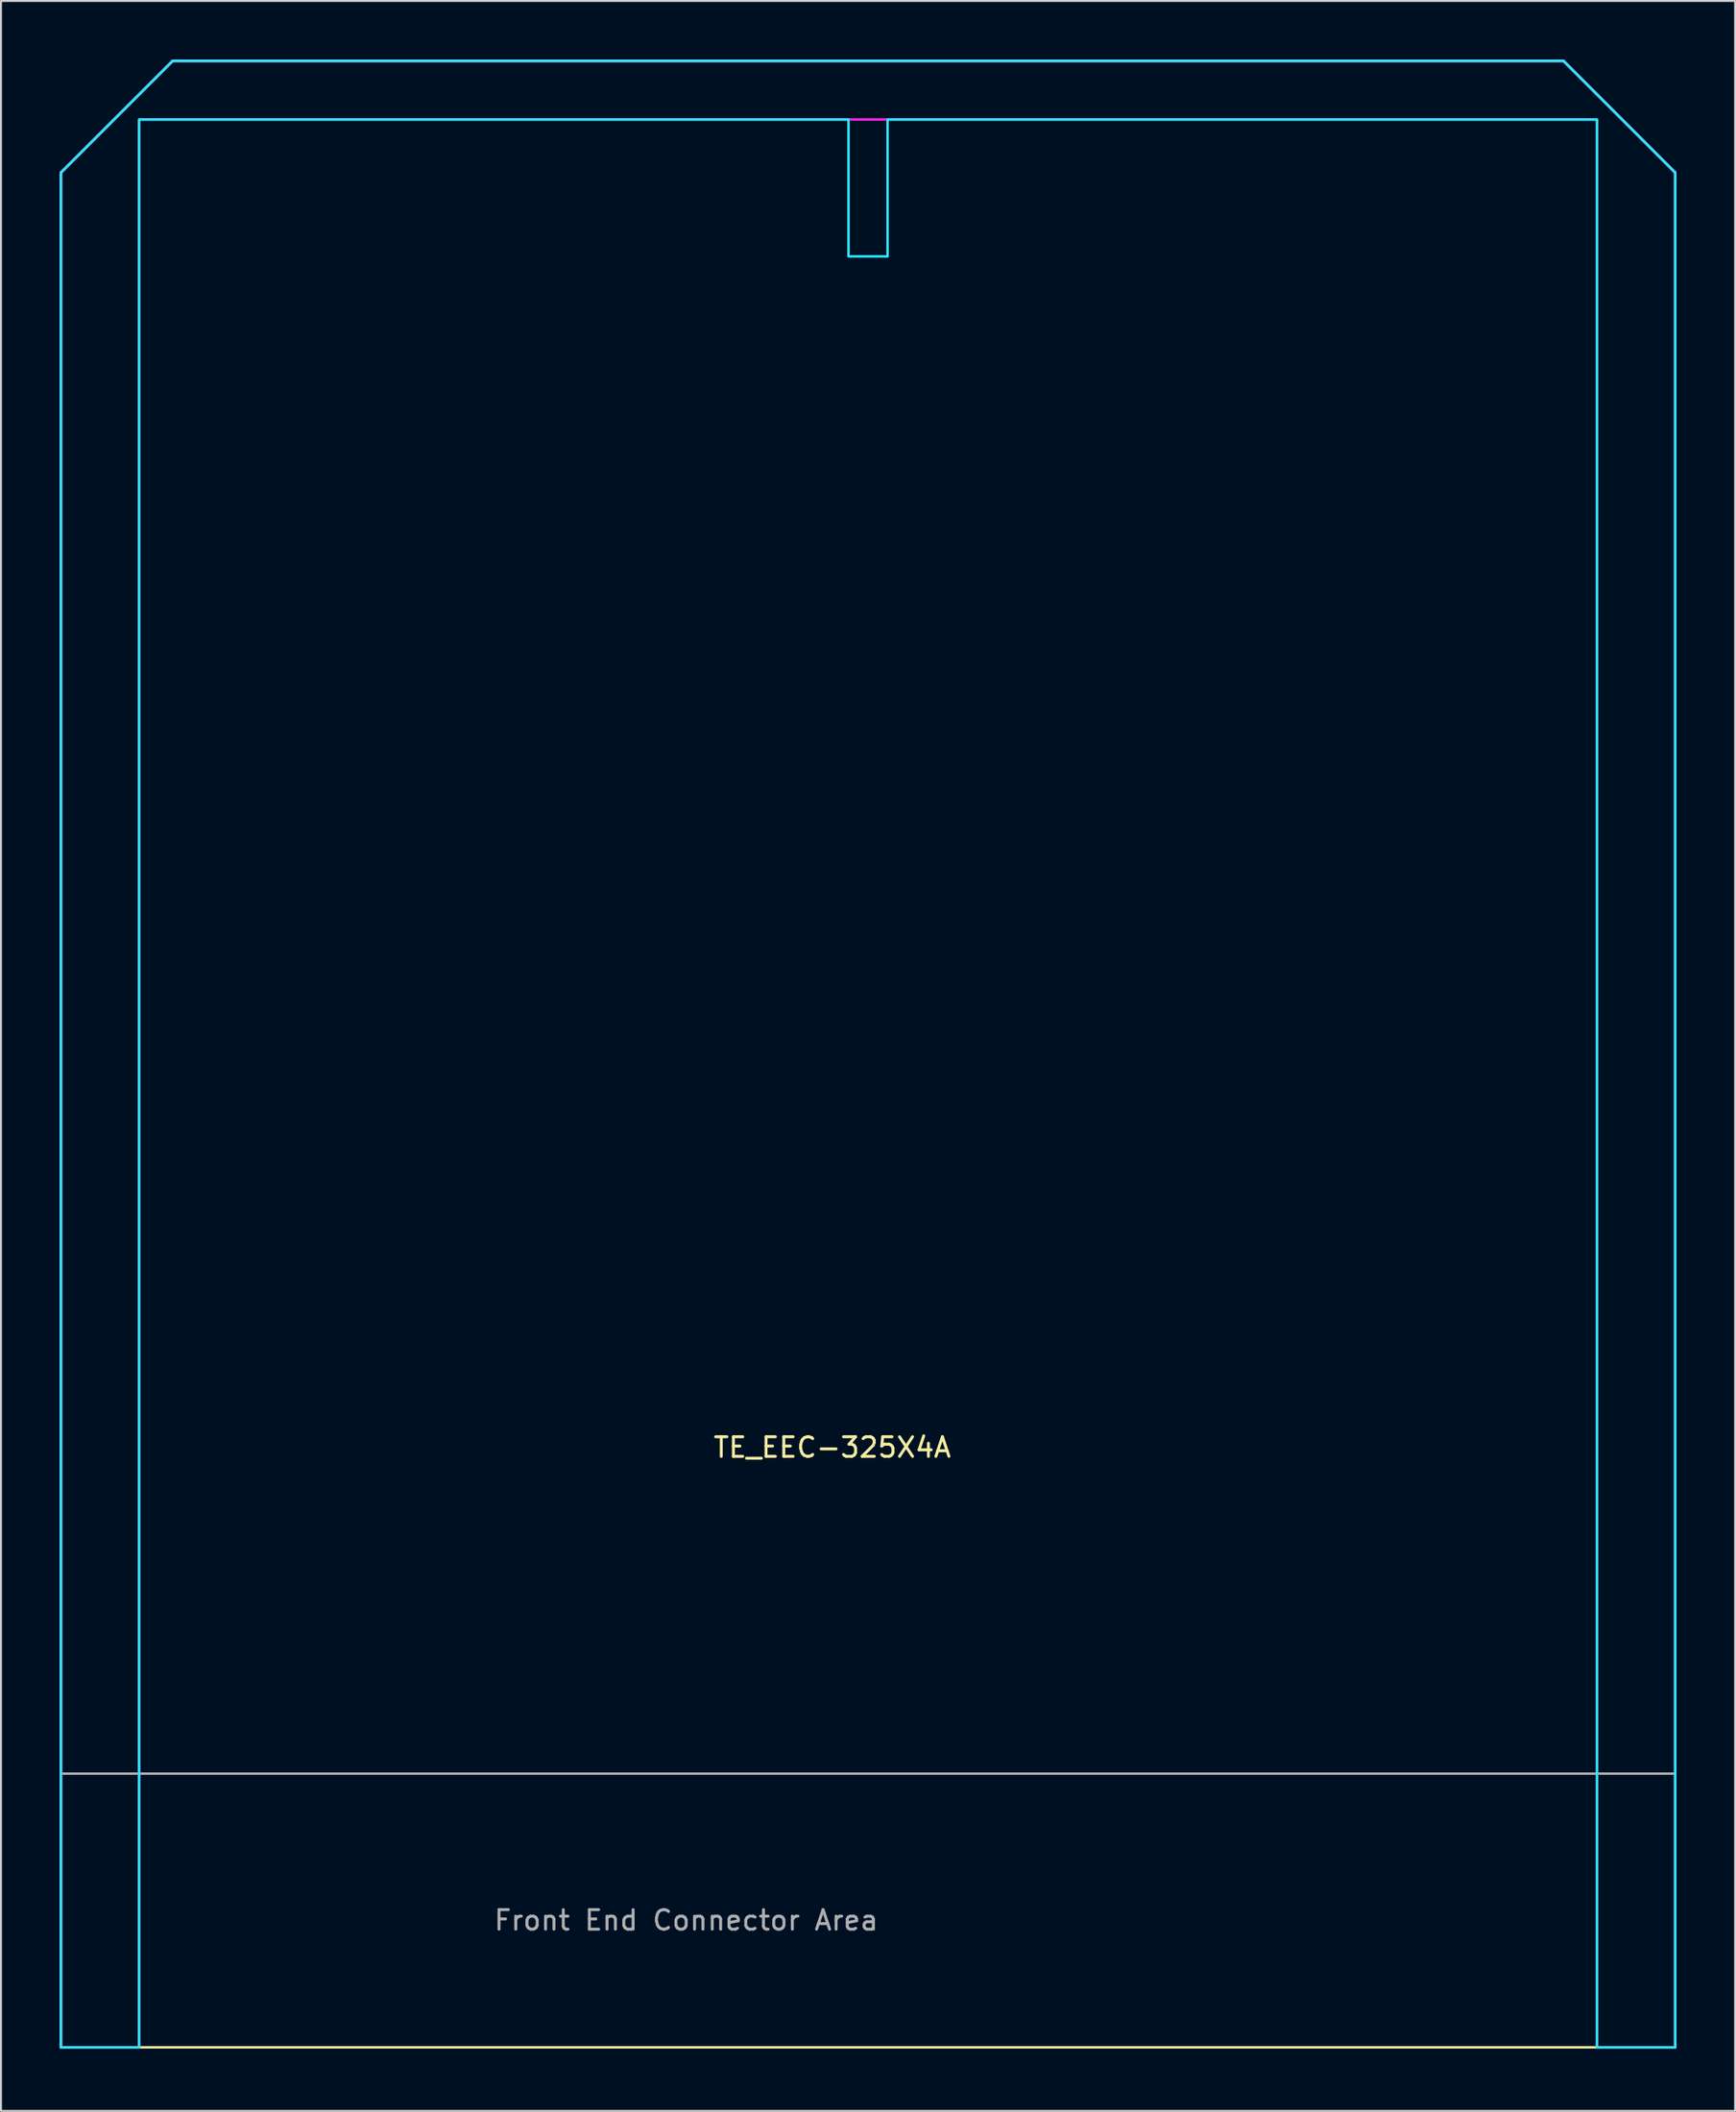
<source format=kicad_pcb>
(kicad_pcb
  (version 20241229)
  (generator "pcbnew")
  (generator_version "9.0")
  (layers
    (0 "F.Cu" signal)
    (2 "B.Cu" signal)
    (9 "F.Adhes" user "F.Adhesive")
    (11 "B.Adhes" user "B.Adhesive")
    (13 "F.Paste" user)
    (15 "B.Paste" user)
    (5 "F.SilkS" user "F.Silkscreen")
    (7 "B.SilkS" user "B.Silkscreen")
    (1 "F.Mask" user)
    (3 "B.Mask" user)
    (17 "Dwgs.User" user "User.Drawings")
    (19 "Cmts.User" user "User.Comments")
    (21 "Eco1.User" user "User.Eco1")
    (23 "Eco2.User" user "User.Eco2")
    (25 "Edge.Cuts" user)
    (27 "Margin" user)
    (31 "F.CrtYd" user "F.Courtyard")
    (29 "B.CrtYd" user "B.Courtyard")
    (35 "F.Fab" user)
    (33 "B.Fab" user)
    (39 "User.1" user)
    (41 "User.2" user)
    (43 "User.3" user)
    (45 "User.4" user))
  (footprint "TE_EEC-325X4A"
    (layer "F.Cu")
    (at 41.339 101.663)
    (property "Reference" "TE_EEC-325X4A" (at -1.828 -30.684 0) (layer "F.SilkS") (effects (font (size 1.002 1.002) (thickness 0.15))))
    (attr smd)
    (fp_line (start -41.275 0) (end -41.275 -95.885) (stroke (width 0.127) (type solid)) (layer "F.SilkS"))
    (fp_line (start -35.56 -101.6) (end -41.275 -95.885) (stroke (width 0.127) (type solid)) (layer "F.SilkS"))
    (fp_line (start -35.56 -101.6) (end 35.56 -101.6) (stroke (width 0.127) (type solid)) (layer "F.SilkS"))
    (fp_line (start 41.275 -95.885) (end 35.56 -101.6) (stroke (width 0.127) (type solid)) (layer "F.SilkS"))
    (fp_line (start 41.275 -95.885) (end 41.275 0) (stroke (width 0.127) (type solid)) (layer "F.SilkS"))
    (fp_line (start 41.275 0) (end -41.275 0) (stroke (width 0.127) (type solid)) (layer "F.SilkS"))
    (fp_poly (pts (xy -41.275 0) (xy -37.275 0) (xy -37.275 -98.6) (xy -1 -98.6) (xy -1 -91.6) (xy 1 -91.6) (xy 1 -98.6) (xy 37.275 -98.6) (xy 37.275 0) (xy 41.275 0) (xy 41.275 -95.885) (xy 35.56 -101.6) (xy -35.56 -101.6) (xy -41.275 -95.885)) (stroke (width 0.127) (type solid)) (fill no) (layer "B.CrtYd"))
    (fp_poly (pts (xy -41.275 0) (xy -37.275 0) (xy -37.275 -98.6) (xy 37.275 -98.6) (xy 37.275 0) (xy 41.275 0) (xy 41.275 -95.885) (xy 35.56 -101.6) (xy -35.56 -101.6) (xy -41.275 -95.885)) (stroke (width 0.127) (type solid)) (fill no) (layer "F.CrtYd"))
    (fp_line (start -41.275 -14) (end 41.275 -14) (stroke (width 0.127) (type solid)) (layer "F.Fab"))
    (fp_text user "Front End Connector Area" (at -9.3 -6.5 0) (layer "F.Fab") (effects (font (size 1 1) (thickness 0.15)))))
  (gr_rect
    (start -3 -3)
    (end 85.677 104.913)
    (stroke (width 0.1) (type default))
    (fill no)
    (layer "Edge.Cuts")))
</source>
